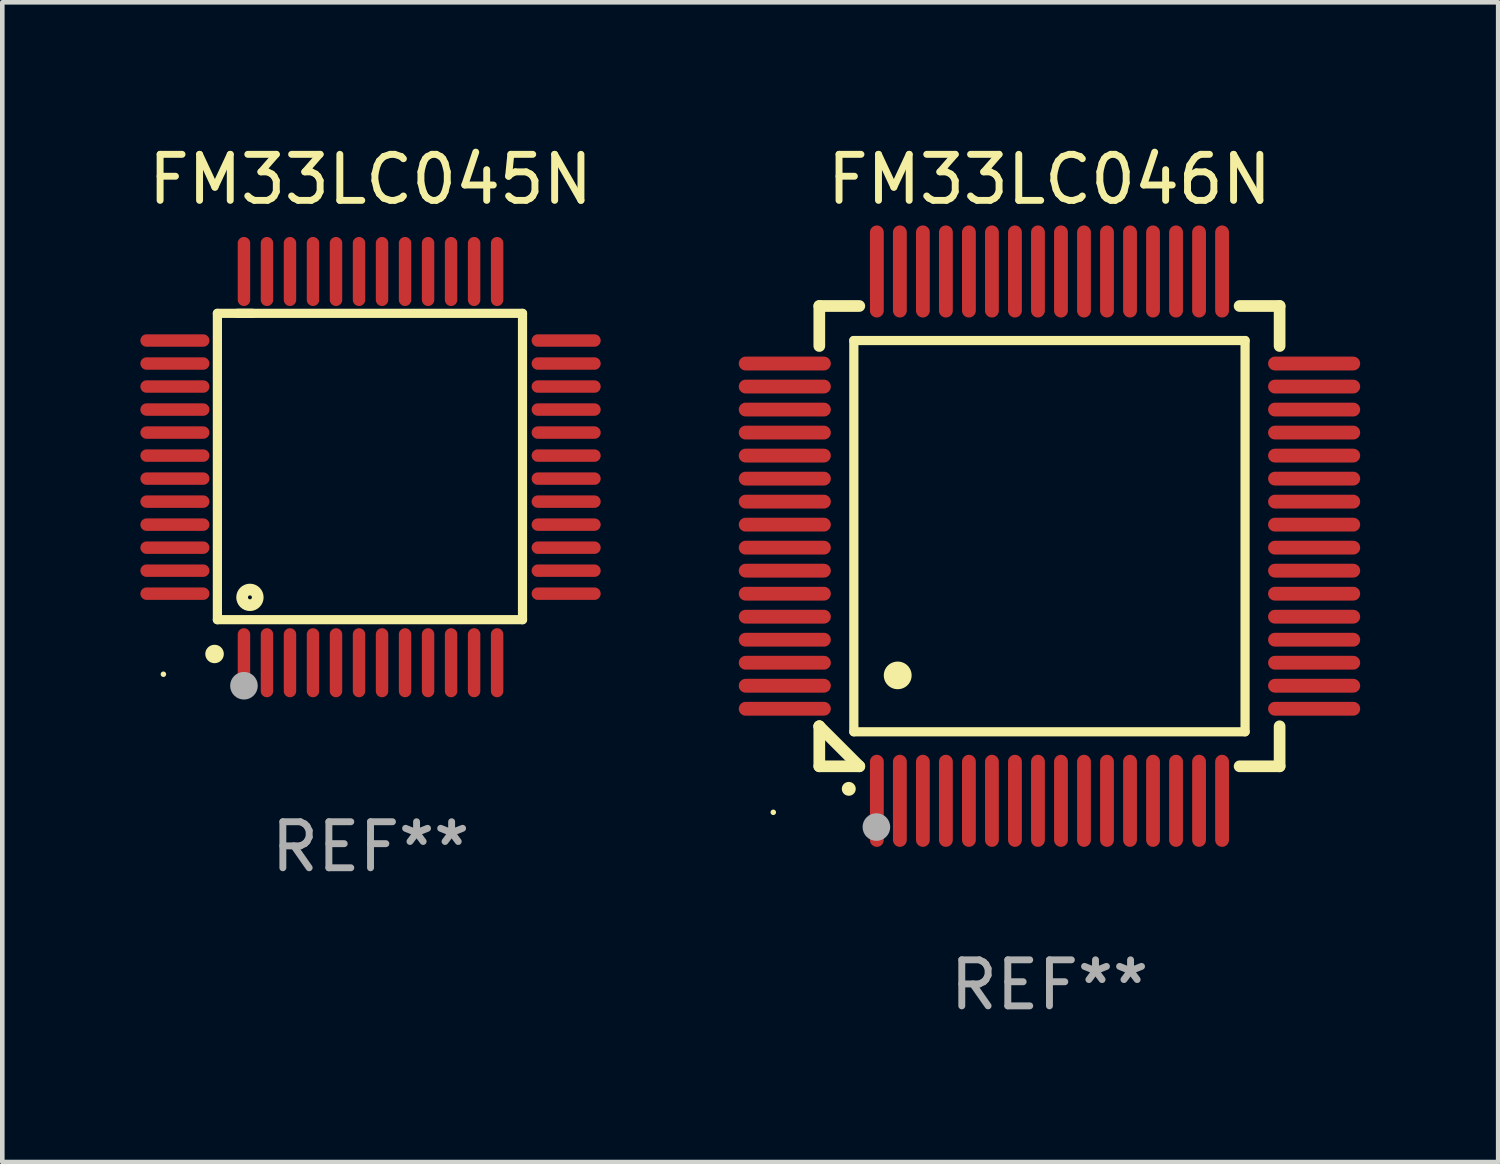
<source format=kicad_pcb>
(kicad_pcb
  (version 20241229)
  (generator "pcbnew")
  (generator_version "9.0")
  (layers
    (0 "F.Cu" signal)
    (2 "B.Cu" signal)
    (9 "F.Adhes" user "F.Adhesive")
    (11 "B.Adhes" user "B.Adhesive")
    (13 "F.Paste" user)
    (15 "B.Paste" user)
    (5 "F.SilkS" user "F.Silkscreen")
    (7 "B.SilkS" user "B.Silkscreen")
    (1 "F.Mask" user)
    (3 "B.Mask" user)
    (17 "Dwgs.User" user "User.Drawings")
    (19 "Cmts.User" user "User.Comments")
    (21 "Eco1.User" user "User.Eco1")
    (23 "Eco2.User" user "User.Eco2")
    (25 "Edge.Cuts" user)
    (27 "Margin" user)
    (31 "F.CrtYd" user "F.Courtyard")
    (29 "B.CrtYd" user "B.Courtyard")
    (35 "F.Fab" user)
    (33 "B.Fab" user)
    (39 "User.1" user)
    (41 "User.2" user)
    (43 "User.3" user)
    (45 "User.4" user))
  (footprint "FM33LC045N"
    (layer "F.Cu")
    (at 5 7.098)
    (property "Reference" "FM33LC045N" (at 0 -6.25 0) (layer "F.SilkS") (effects (font (size 1 1) (thickness 0.15))))
    (attr through_hole)
    (fp_line (start -3.327 -3.34) (end -2.565 -3.34) (stroke (width 0.2) (type solid)) (layer "F.SilkS"))
    (fp_line (start -3.327 3.315) (end -3.327 -3.34) (stroke (width 0.2) (type solid)) (layer "F.SilkS"))
    (fp_line (start -2.896 -3.34) (end 3.302 -3.34) (stroke (width 0.2) (type solid)) (layer "F.SilkS"))
    (fp_line (start 3.302 -3.34) (end 3.302 3.315) (stroke (width 0.2) (type solid)) (layer "F.SilkS"))
    (fp_line (start 3.302 3.315) (end -3.327 3.315) (stroke (width 0.2) (type solid)) (layer "F.SilkS"))
    (fp_arc (start -3.389992 4.059995) (mid -3.388722 4.059991) (end -3.387452 4.059995) (stroke (width 0.4) (type solid)) (layer "F.SilkS"))
    (fp_circle (center -4.5 4.5) (end -4.47 4.5) (stroke (width 0.06) (type solid)) (fill no) (layer "F.SilkS"))
    (fp_circle (center -2.62 2.83) (end -2.45 2.83) (stroke (width 0.254) (type solid)) (fill no) (layer "F.SilkS"))
    (fp_circle (center -2.75 4.75) (end -2.6 4.75) (stroke (width 0.3) (type solid)) (fill no) (layer "F.Fab"))
    (fp_text user "REF**" (at 0 8.25 0) (layer "F.Fab") (effects (font (size 1 1) (thickness 0.15))))
    (pad "1" smd oval (at -2.75 4.25) (size 0.27 1.5) (layers "F.Cu" "F.Mask" "F.Paste"))
    (pad "2" smd oval (at -2.25 4.25) (size 0.27 1.5) (layers "F.Cu" "F.Mask" "F.Paste"))
    (pad "3" smd oval (at -1.75 4.25) (size 0.27 1.5) (layers "F.Cu" "F.Mask" "F.Paste"))
    (pad "4" smd oval (at -1.25 4.25) (size 0.27 1.5) (layers "F.Cu" "F.Mask" "F.Paste"))
    (pad "5" smd oval (at -0.75 4.25) (size 0.27 1.5) (layers "F.Cu" "F.Mask" "F.Paste"))
    (pad "6" smd oval (at -0.25 4.25) (size 0.27 1.5) (layers "F.Cu" "F.Mask" "F.Paste"))
    (pad "7" smd oval (at 0.25 4.25) (size 0.27 1.5) (layers "F.Cu" "F.Mask" "F.Paste"))
    (pad "8" smd oval (at 0.75 4.25) (size 0.27 1.5) (layers "F.Cu" "F.Mask" "F.Paste"))
    (pad "9" smd oval (at 1.25 4.25) (size 0.27 1.5) (layers "F.Cu" "F.Mask" "F.Paste"))
    (pad "10" smd oval (at 1.75 4.25) (size 0.27 1.5) (layers "F.Cu" "F.Mask" "F.Paste"))
    (pad "11" smd oval (at 2.25 4.25) (size 0.27 1.5) (layers "F.Cu" "F.Mask" "F.Paste"))
    (pad "12" smd oval (at 2.75 4.25) (size 0.27 1.5) (layers "F.Cu" "F.Mask" "F.Paste"))
    (pad "13" smd oval (at 4.25 2.75) (size 1.5 0.27) (layers "F.Cu" "F.Mask" "F.Paste"))
    (pad "14" smd oval (at 4.25 2.25) (size 1.5 0.27) (layers "F.Cu" "F.Mask" "F.Paste"))
    (pad "15" smd oval (at 4.25 1.75) (size 1.5 0.27) (layers "F.Cu" "F.Mask" "F.Paste"))
    (pad "16" smd oval (at 4.25 1.25) (size 1.5 0.27) (layers "F.Cu" "F.Mask" "F.Paste"))
    (pad "17" smd oval (at 4.25 0.75) (size 1.5 0.27) (layers "F.Cu" "F.Mask" "F.Paste"))
    (pad "18" smd oval (at 4.25 0.25) (size 1.5 0.27) (layers "F.Cu" "F.Mask" "F.Paste"))
    (pad "19" smd oval (at 4.25 -0.25) (size 1.5 0.27) (layers "F.Cu" "F.Mask" "F.Paste"))
    (pad "20" smd oval (at 4.25 -0.75) (size 1.5 0.27) (layers "F.Cu" "F.Mask" "F.Paste"))
    (pad "21" smd oval (at 4.25 -1.25) (size 1.5 0.27) (layers "F.Cu" "F.Mask" "F.Paste"))
    (pad "22" smd oval (at 4.25 -1.75) (size 1.5 0.27) (layers "F.Cu" "F.Mask" "F.Paste"))
    (pad "23" smd oval (at 4.25 -2.25) (size 1.5 0.27) (layers "F.Cu" "F.Mask" "F.Paste"))
    (pad "24" smd oval (at 4.25 -2.75) (size 1.5 0.27) (layers "F.Cu" "F.Mask" "F.Paste"))
    (pad "25" smd oval (at 2.75 -4.25) (size 0.27 1.5) (layers "F.Cu" "F.Mask" "F.Paste"))
    (pad "26" smd oval (at 2.25 -4.25) (size 0.27 1.5) (layers "F.Cu" "F.Mask" "F.Paste"))
    (pad "27" smd oval (at 1.75 -4.25) (size 0.27 1.5) (layers "F.Cu" "F.Mask" "F.Paste"))
    (pad "28" smd oval (at 1.25 -4.25) (size 0.27 1.5) (layers "F.Cu" "F.Mask" "F.Paste"))
    (pad "29" smd oval (at 0.75 -4.25) (size 0.27 1.5) (layers "F.Cu" "F.Mask" "F.Paste"))
    (pad "30" smd oval (at 0.25 -4.25) (size 0.27 1.5) (layers "F.Cu" "F.Mask" "F.Paste"))
    (pad "31" smd oval (at -0.25 -4.25) (size 0.27 1.5) (layers "F.Cu" "F.Mask" "F.Paste"))
    (pad "32" smd oval (at -0.75 -4.25) (size 0.27 1.5) (layers "F.Cu" "F.Mask" "F.Paste"))
    (pad "33" smd oval (at -1.25 -4.25) (size 0.27 1.5) (layers "F.Cu" "F.Mask" "F.Paste"))
    (pad "34" smd oval (at -1.75 -4.25) (size 0.27 1.5) (layers "F.Cu" "F.Mask" "F.Paste"))
    (pad "35" smd oval (at -2.25 -4.25) (size 0.27 1.5) (layers "F.Cu" "F.Mask" "F.Paste"))
    (pad "36" smd oval (at -2.75 -4.25) (size 0.27 1.5) (layers "F.Cu" "F.Mask" "F.Paste"))
    (pad "37" smd oval (at -4.25 -2.75) (size 1.5 0.27) (layers "F.Cu" "F.Mask" "F.Paste"))
    (pad "38" smd oval (at -4.25 -2.25) (size 1.5 0.27) (layers "F.Cu" "F.Mask" "F.Paste"))
    (pad "39" smd oval (at -4.25 -1.75) (size 1.5 0.27) (layers "F.Cu" "F.Mask" "F.Paste"))
    (pad "40" smd oval (at -4.25 -1.25) (size 1.5 0.27) (layers "F.Cu" "F.Mask" "F.Paste"))
    (pad "41" smd oval (at -4.25 -0.75) (size 1.5 0.27) (layers "F.Cu" "F.Mask" "F.Paste"))
    (pad "42" smd oval (at -4.25 -0.25) (size 1.5 0.27) (layers "F.Cu" "F.Mask" "F.Paste"))
    (pad "43" smd oval (at -4.25 0.25) (size 1.5 0.27) (layers "F.Cu" "F.Mask" "F.Paste"))
    (pad "44" smd oval (at -4.25 0.75) (size 1.5 0.27) (layers "F.Cu" "F.Mask" "F.Paste"))
    (pad "45" smd oval (at -4.25 1.25) (size 1.5 0.27) (layers "F.Cu" "F.Mask" "F.Paste"))
    (pad "46" smd oval (at -4.25 1.75) (size 1.5 0.27) (layers "F.Cu" "F.Mask" "F.Paste"))
    (pad "47" smd oval (at -4.25 2.25) (size 1.5 0.27) (layers "F.Cu" "F.Mask" "F.Paste"))
    (pad "48" smd oval (at -4.25 2.75) (size 1.5 0.27) (layers "F.Cu" "F.Mask" "F.Paste")))
  (footprint "FM33LC046N"
    (layer "F.Cu")
    (at 19.75 8.598)
    (property "Reference" "FM33LC046N" (at 0 -7.75 0) (layer "F.SilkS") (effects (font (size 1 1) (thickness 0.15))))
    (attr through_hole)
    (fp_line (start -5 -5) (end -4.131 -5) (stroke (width 0.254) (type solid)) (layer "F.SilkS"))
    (fp_line (start -5 -4.131) (end -5 -5) (stroke (width 0.254) (type solid)) (layer "F.SilkS"))
    (fp_line (start -5 4.131) (end -5 4.131) (stroke (width 0.254) (type solid)) (layer "F.SilkS"))
    (fp_line (start -5 5) (end -5 4.131) (stroke (width 0.254) (type solid)) (layer "F.SilkS"))
    (fp_line (start -5 4.131) (end -4.131 5) (stroke (width 0.254) (type solid)) (layer "F.SilkS"))
    (fp_line (start -4.25 -4.25) (end -4.25 4.25) (stroke (width 0.2) (type solid)) (layer "F.SilkS"))
    (fp_line (start -4.25 4.25) (end 4.25 4.25) (stroke (width 0.2) (type solid)) (layer "F.SilkS"))
    (fp_line (start -4.131 5) (end -5 5) (stroke (width 0.254) (type solid)) (layer "F.SilkS"))
    (fp_line (start 4.25 -4.25) (end -4.25 -4.25) (stroke (width 0.2) (type solid)) (layer "F.SilkS"))
    (fp_line (start 4.25 4.25) (end 4.25 -4.25) (stroke (width 0.2) (type solid)) (layer "F.SilkS"))
    (fp_line (start 5 -5) (end 4.131 -5) (stroke (width 0.254) (type solid)) (layer "F.SilkS"))
    (fp_line (start 5 -5) (end 5 -4.131) (stroke (width 0.254) (type solid)) (layer "F.SilkS"))
    (fp_line (start 5 4.131) (end 5 5) (stroke (width 0.254) (type solid)) (layer "F.SilkS"))
    (fp_line (start 5 5) (end 4.131 5) (stroke (width 0.254) (type solid)) (layer "F.SilkS"))
    (fp_arc (start -4.361265 5.489992) (mid -4.359995 5.489987) (end -4.358725 5.489992) (stroke (width 0.3) (type solid)) (layer "F.SilkS"))
    (fp_arc (start -3.299467 3.025146) (mid -3.296927 3.025135) (end -3.294387 3.025146) (stroke (width 0.6) (type solid)) (layer "F.SilkS"))
    (fp_circle (center -6 6) (end -5.97 6) (stroke (width 0.06) (type solid)) (fill no) (layer "F.SilkS"))
    (fp_circle (center -3.76 6.32) (end -3.61 6.32) (stroke (width 0.3) (type solid)) (fill no) (layer "F.Fab"))
    (fp_text user "REF**" (at 0 9.75 0) (layer "F.Fab") (effects (font (size 1 1) (thickness 0.15))))
    (pad "1" smd oval (at -3.75 5.75) (size 0.3 2) (layers "F.Cu" "F.Mask" "F.Paste"))
    (pad "2" smd oval (at -3.25 5.75) (size 0.3 2) (layers "F.Cu" "F.Mask" "F.Paste"))
    (pad "3" smd oval (at -2.75 5.75) (size 0.3 2) (layers "F.Cu" "F.Mask" "F.Paste"))
    (pad "4" smd oval (at -2.25 5.75) (size 0.3 2) (layers "F.Cu" "F.Mask" "F.Paste"))
    (pad "5" smd oval (at -1.75 5.75) (size 0.3 2) (layers "F.Cu" "F.Mask" "F.Paste"))
    (pad "6" smd oval (at -1.25 5.75) (size 0.3 2) (layers "F.Cu" "F.Mask" "F.Paste"))
    (pad "7" smd oval (at -0.75 5.75) (size 0.3 2) (layers "F.Cu" "F.Mask" "F.Paste"))
    (pad "8" smd oval (at -0.25 5.75) (size 0.3 2) (layers "F.Cu" "F.Mask" "F.Paste"))
    (pad "9" smd oval (at 0.25 5.75) (size 0.3 2) (layers "F.Cu" "F.Mask" "F.Paste"))
    (pad "10" smd oval (at 0.75 5.75) (size 0.3 2) (layers "F.Cu" "F.Mask" "F.Paste"))
    (pad "11" smd oval (at 1.25 5.75) (size 0.3 2) (layers "F.Cu" "F.Mask" "F.Paste"))
    (pad "12" smd oval (at 1.75 5.75) (size 0.3 2) (layers "F.Cu" "F.Mask" "F.Paste"))
    (pad "13" smd oval (at 2.25 5.75) (size 0.3 2) (layers "F.Cu" "F.Mask" "F.Paste"))
    (pad "14" smd oval (at 2.75 5.75) (size 0.3 2) (layers "F.Cu" "F.Mask" "F.Paste"))
    (pad "15" smd oval (at 3.25 5.75) (size 0.3 2) (layers "F.Cu" "F.Mask" "F.Paste"))
    (pad "16" smd oval (at 3.75 5.75) (size 0.3 2) (layers "F.Cu" "F.Mask" "F.Paste"))
    (pad "17" smd oval (at 5.75 3.75) (size 2 0.3) (layers "F.Cu" "F.Mask" "F.Paste"))
    (pad "18" smd oval (at 5.75 3.25) (size 2 0.3) (layers "F.Cu" "F.Mask" "F.Paste"))
    (pad "19" smd oval (at 5.75 2.75) (size 2 0.3) (layers "F.Cu" "F.Mask" "F.Paste"))
    (pad "20" smd oval (at 5.75 2.25) (size 2 0.3) (layers "F.Cu" "F.Mask" "F.Paste"))
    (pad "21" smd oval (at 5.75 1.75) (size 2 0.3) (layers "F.Cu" "F.Mask" "F.Paste"))
    (pad "22" smd oval (at 5.75 1.25) (size 2 0.3) (layers "F.Cu" "F.Mask" "F.Paste"))
    (pad "23" smd oval (at 5.75 0.75) (size 2 0.3) (layers "F.Cu" "F.Mask" "F.Paste"))
    (pad "24" smd oval (at 5.75 0.25) (size 2 0.3) (layers "F.Cu" "F.Mask" "F.Paste"))
    (pad "25" smd oval (at 5.75 -0.25) (size 2 0.3) (layers "F.Cu" "F.Mask" "F.Paste"))
    (pad "26" smd oval (at 5.75 -0.75) (size 2 0.3) (layers "F.Cu" "F.Mask" "F.Paste"))
    (pad "27" smd oval (at 5.75 -1.25) (size 2 0.3) (layers "F.Cu" "F.Mask" "F.Paste"))
    (pad "28" smd oval (at 5.75 -1.75) (size 2 0.3) (layers "F.Cu" "F.Mask" "F.Paste"))
    (pad "29" smd oval (at 5.75 -2.25) (size 2 0.3) (layers "F.Cu" "F.Mask" "F.Paste"))
    (pad "30" smd oval (at 5.75 -2.75) (size 2 0.3) (layers "F.Cu" "F.Mask" "F.Paste"))
    (pad "31" smd oval (at 5.75 -3.25) (size 2 0.3) (layers "F.Cu" "F.Mask" "F.Paste"))
    (pad "32" smd oval (at 5.75 -3.75) (size 2 0.3) (layers "F.Cu" "F.Mask" "F.Paste"))
    (pad "33" smd oval (at 3.75 -5.75) (size 0.3 2) (layers "F.Cu" "F.Mask" "F.Paste"))
    (pad "34" smd oval (at 3.25 -5.75) (size 0.3 2) (layers "F.Cu" "F.Mask" "F.Paste"))
    (pad "35" smd oval (at 2.75 -5.75) (size 0.3 2) (layers "F.Cu" "F.Mask" "F.Paste"))
    (pad "36" smd oval (at 2.25 -5.75) (size 0.3 2) (layers "F.Cu" "F.Mask" "F.Paste"))
    (pad "37" smd oval (at 1.75 -5.75) (size 0.3 2) (layers "F.Cu" "F.Mask" "F.Paste"))
    (pad "38" smd oval (at 1.25 -5.75) (size 0.3 2) (layers "F.Cu" "F.Mask" "F.Paste"))
    (pad "39" smd oval (at 0.75 -5.75) (size 0.3 2) (layers "F.Cu" "F.Mask" "F.Paste"))
    (pad "40" smd oval (at 0.25 -5.75) (size 0.3 2) (layers "F.Cu" "F.Mask" "F.Paste"))
    (pad "41" smd oval (at -0.25 -5.75) (size 0.3 2) (layers "F.Cu" "F.Mask" "F.Paste"))
    (pad "42" smd oval (at -0.75 -5.75) (size 0.3 2) (layers "F.Cu" "F.Mask" "F.Paste"))
    (pad "43" smd oval (at -1.25 -5.75) (size 0.3 2) (layers "F.Cu" "F.Mask" "F.Paste"))
    (pad "44" smd oval (at -1.75 -5.75) (size 0.3 2) (layers "F.Cu" "F.Mask" "F.Paste"))
    (pad "45" smd oval (at -2.25 -5.75) (size 0.3 2) (layers "F.Cu" "F.Mask" "F.Paste"))
    (pad "46" smd oval (at -2.75 -5.75) (size 0.3 2) (layers "F.Cu" "F.Mask" "F.Paste"))
    (pad "47" smd oval (at -3.25 -5.75) (size 0.3 2) (layers "F.Cu" "F.Mask" "F.Paste"))
    (pad "48" smd oval (at -3.75 -5.75) (size 0.3 2) (layers "F.Cu" "F.Mask" "F.Paste"))
    (pad "49" smd oval (at -5.75 -3.75) (size 2 0.3) (layers "F.Cu" "F.Mask" "F.Paste"))
    (pad "50" smd oval (at -5.75 -3.25) (size 2 0.3) (layers "F.Cu" "F.Mask" "F.Paste"))
    (pad "51" smd oval (at -5.75 -2.75) (size 2 0.3) (layers "F.Cu" "F.Mask" "F.Paste"))
    (pad "52" smd oval (at -5.75 -2.25) (size 2 0.3) (layers "F.Cu" "F.Mask" "F.Paste"))
    (pad "53" smd oval (at -5.75 -1.75) (size 2 0.3) (layers "F.Cu" "F.Mask" "F.Paste"))
    (pad "54" smd oval (at -5.75 -1.25) (size 2 0.3) (layers "F.Cu" "F.Mask" "F.Paste"))
    (pad "55" smd oval (at -5.75 -0.75) (size 2 0.3) (layers "F.Cu" "F.Mask" "F.Paste"))
    (pad "56" smd oval (at -5.75 -0.25) (size 2 0.3) (layers "F.Cu" "F.Mask" "F.Paste"))
    (pad "57" smd oval (at -5.75 0.25) (size 2 0.3) (layers "F.Cu" "F.Mask" "F.Paste"))
    (pad "58" smd oval (at -5.75 0.75) (size 2 0.3) (layers "F.Cu" "F.Mask" "F.Paste"))
    (pad "59" smd oval (at -5.75 1.25) (size 2 0.3) (layers "F.Cu" "F.Mask" "F.Paste"))
    (pad "60" smd oval (at -5.75 1.75) (size 2 0.3) (layers "F.Cu" "F.Mask" "F.Paste"))
    (pad "61" smd oval (at -5.75 2.25) (size 2 0.3) (layers "F.Cu" "F.Mask" "F.Paste"))
    (pad "62" smd oval (at -5.75 2.75) (size 2 0.3) (layers "F.Cu" "F.Mask" "F.Paste"))
    (pad "63" smd oval (at -5.75 3.25) (size 2 0.3) (layers "F.Cu" "F.Mask" "F.Paste"))
    (pad "64" smd oval (at -5.75 3.75) (size 2 0.3) (layers "F.Cu" "F.Mask" "F.Paste")))
  (gr_rect
    (start -3 -3)
    (end 29.499 22.196)
    (stroke (width 0.1) (type default))
    (fill no)
    (layer "Edge.Cuts")))
</source>
